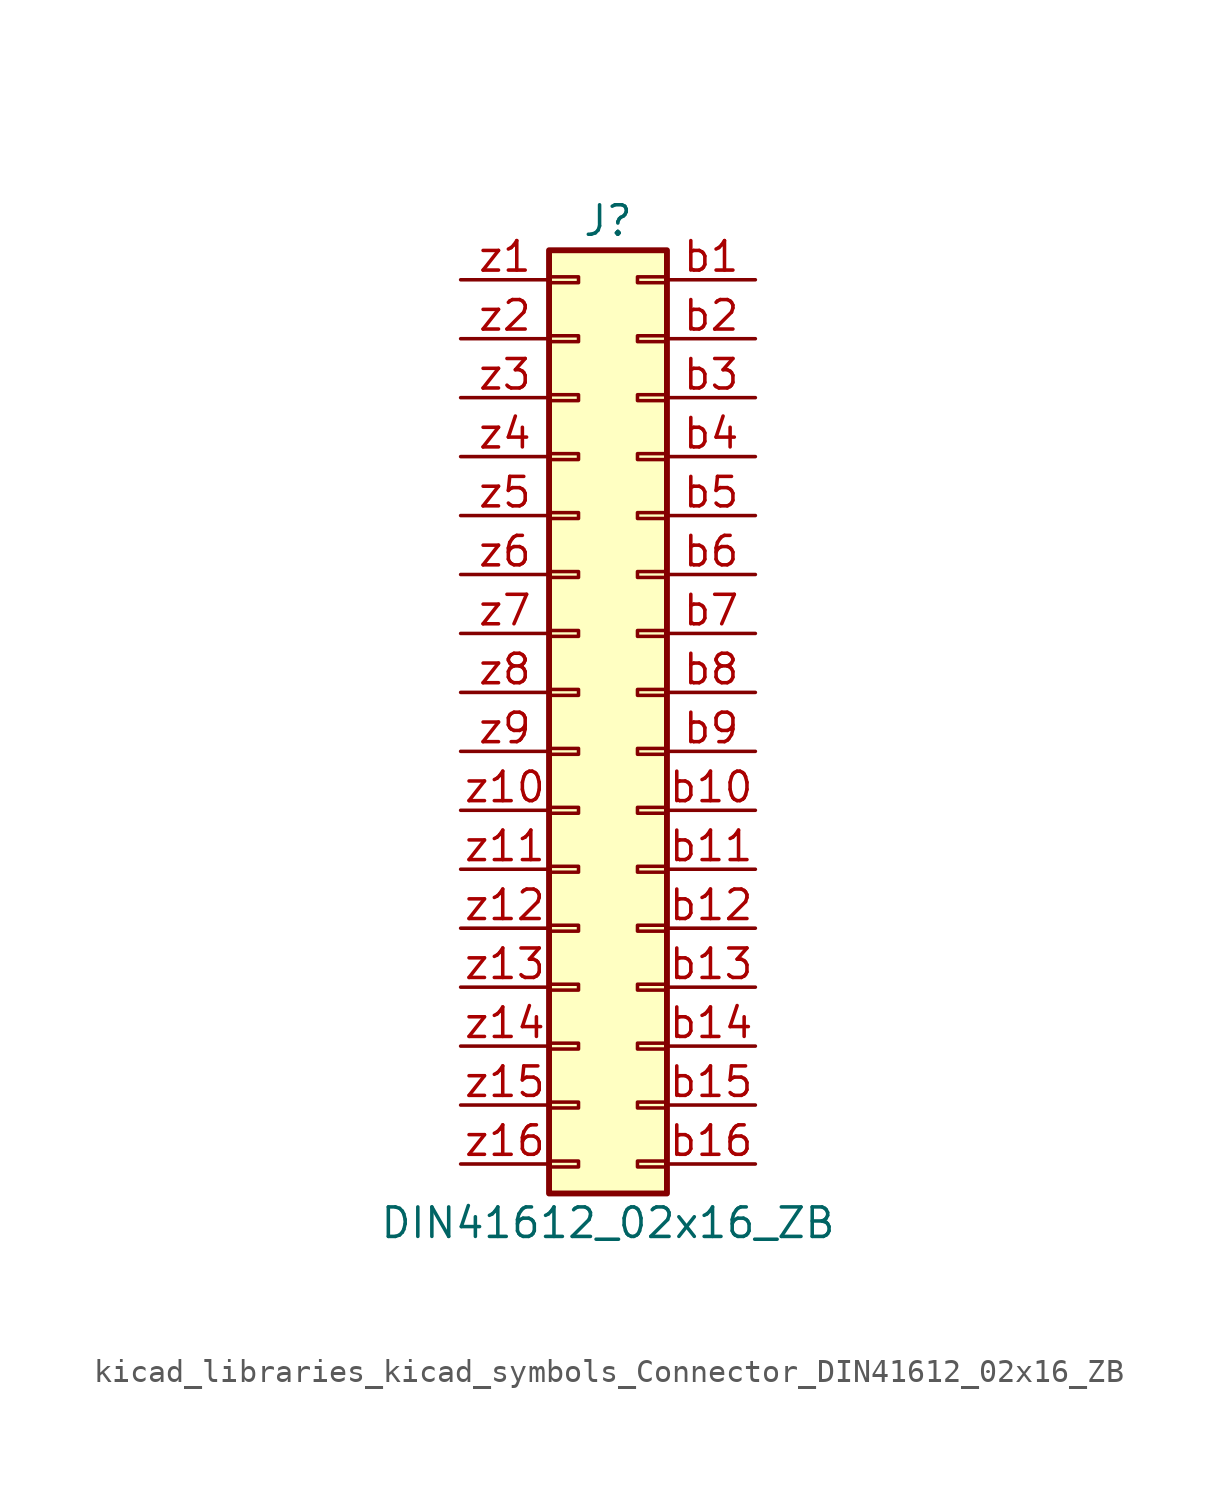
<source format=kicad_sym>
(kicad_symbol_lib
  (version 20220914)
  (generator kicad_symbol_editor)
  (symbol "kicad_libraries_kicad_symbols_Connector_DIN41612_02x16_ZB"
    (pin_names
      (offset 1.016) hide)
    (property "Reference" "J"
      (at 1.27 20.32 0)
      (effects (font (size 1.27 1.27))))
    (property "Value" "DIN41612_02x16_ZB"
      (at 1.27 -22.86 0)
      (effects (font (size 1.27 1.27))))
    (symbol "kicad_libraries_kicad_symbols_Connector_DIN41612_02x16_ZB_1_1"
      (rectangle (start -1.27 -20.193) (end 0 -20.447) (stroke (width 0.152) (type default)) (fill (type none)))
      (rectangle (start -1.27 -17.653) (end 0 -17.907) (stroke (width 0.152) (type default)) (fill (type none)))
      (rectangle (start -1.27 -15.113) (end 0 -15.367) (stroke (width 0.152) (type default)) (fill (type none)))
      (rectangle (start -1.27 -12.573) (end 0 -12.827) (stroke (width 0.152) (type default)) (fill (type none)))
      (rectangle (start -1.27 -10.033) (end 0 -10.287) (stroke (width 0.152) (type default)) (fill (type none)))
      (rectangle (start -1.27 -7.493) (end 0 -7.747) (stroke (width 0.152) (type default)) (fill (type none)))
      (rectangle (start -1.27 -4.953) (end 0 -5.207) (stroke (width 0.152) (type default)) (fill (type none)))
      (rectangle (start -1.27 -2.413) (end 0 -2.667) (stroke (width 0.152) (type default)) (fill (type none)))
      (rectangle (start -1.27 0.127) (end 0 -0.127) (stroke (width 0.152) (type default)) (fill (type none)))
      (rectangle (start -1.27 2.667) (end 0 2.413) (stroke (width 0.152) (type default)) (fill (type none)))
      (rectangle (start -1.27 5.207) (end 0 4.953) (stroke (width 0.152) (type default)) (fill (type none)))
      (rectangle (start -1.27 7.747) (end 0 7.493) (stroke (width 0.152) (type default)) (fill (type none)))
      (rectangle (start -1.27 10.287) (end 0 10.033) (stroke (width 0.152) (type default)) (fill (type none)))
      (rectangle (start -1.27 12.827) (end 0 12.573) (stroke (width 0.152) (type default)) (fill (type none)))
      (rectangle (start -1.27 15.367) (end 0 15.113) (stroke (width 0.152) (type default)) (fill (type none)))
      (rectangle (start -1.27 17.907) (end 0 17.653) (stroke (width 0.152) (type default)) (fill (type none)))
      (rectangle (start -1.27 19.05) (end 3.81 -21.59) (stroke (width 0.254) (type default)) (fill (type background)))
      (rectangle (start 3.81 -20.193) (end 2.54 -20.447) (stroke (width 0.152) (type default)) (fill (type none)))
      (rectangle (start 3.81 -17.653) (end 2.54 -17.907) (stroke (width 0.152) (type default)) (fill (type none)))
      (rectangle (start 3.81 -15.113) (end 2.54 -15.367) (stroke (width 0.152) (type default)) (fill (type none)))
      (rectangle (start 3.81 -12.573) (end 2.54 -12.827) (stroke (width 0.152) (type default)) (fill (type none)))
      (rectangle (start 3.81 -10.033) (end 2.54 -10.287) (stroke (width 0.152) (type default)) (fill (type none)))
      (rectangle (start 3.81 -7.493) (end 2.54 -7.747) (stroke (width 0.152) (type default)) (fill (type none)))
      (rectangle (start 3.81 -4.953) (end 2.54 -5.207) (stroke (width 0.152) (type default)) (fill (type none)))
      (rectangle (start 3.81 -2.413) (end 2.54 -2.667) (stroke (width 0.152) (type default)) (fill (type none)))
      (rectangle (start 3.81 0.127) (end 2.54 -0.127) (stroke (width 0.152) (type default)) (fill (type none)))
      (rectangle (start 3.81 2.667) (end 2.54 2.413) (stroke (width 0.152) (type default)) (fill (type none)))
      (rectangle (start 3.81 5.207) (end 2.54 4.953) (stroke (width 0.152) (type default)) (fill (type none)))
      (rectangle (start 3.81 7.747) (end 2.54 7.493) (stroke (width 0.152) (type default)) (fill (type none)))
      (rectangle (start 3.81 10.287) (end 2.54 10.033) (stroke (width 0.152) (type default)) (fill (type none)))
      (rectangle (start 3.81 12.827) (end 2.54 12.573) (stroke (width 0.152) (type default)) (fill (type none)))
      (rectangle (start 3.81 15.367) (end 2.54 15.113) (stroke (width 0.152) (type default)) (fill (type none)))
      (rectangle (start 3.81 17.907) (end 2.54 17.653) (stroke (width 0.152) (type default)) (fill (type none)))
      (pin passive line (at 7.62 17.78 180) (length 3.81) (name "Pin_b1" (effects (font (size 1.27 1.27)))) (number "b1" (effects (font (size 1.27 1.27)))))
      (pin passive line (at 7.62 -5.08 180) (length 3.81) (name "Pin_b10" (effects (font (size 1.27 1.27)))) (number "b10" (effects (font (size 1.27 1.27)))))
      (pin passive line (at 7.62 -7.62 180) (length 3.81) (name "Pin_b11" (effects (font (size 1.27 1.27)))) (number "b11" (effects (font (size 1.27 1.27)))))
      (pin passive line (at 7.62 -10.16 180) (length 3.81) (name "Pin_b12" (effects (font (size 1.27 1.27)))) (number "b12" (effects (font (size 1.27 1.27)))))
      (pin passive line (at 7.62 -12.7 180) (length 3.81) (name "Pin_b13" (effects (font (size 1.27 1.27)))) (number "b13" (effects (font (size 1.27 1.27)))))
      (pin passive line (at 7.62 -15.24 180) (length 3.81) (name "Pin_b14" (effects (font (size 1.27 1.27)))) (number "b14" (effects (font (size 1.27 1.27)))))
      (pin passive line (at 7.62 -17.78 180) (length 3.81) (name "Pin_b15" (effects (font (size 1.27 1.27)))) (number "b15" (effects (font (size 1.27 1.27)))))
      (pin passive line (at 7.62 -20.32 180) (length 3.81) (name "Pin_b16" (effects (font (size 1.27 1.27)))) (number "b16" (effects (font (size 1.27 1.27)))))
      (pin passive line (at 7.62 15.24 180) (length 3.81) (name "Pin_b2" (effects (font (size 1.27 1.27)))) (number "b2" (effects (font (size 1.27 1.27)))))
      (pin passive line (at 7.62 12.7 180) (length 3.81) (name "Pin_b3" (effects (font (size 1.27 1.27)))) (number "b3" (effects (font (size 1.27 1.27)))))
      (pin passive line (at 7.62 10.16 180) (length 3.81) (name "Pin_b4" (effects (font (size 1.27 1.27)))) (number "b4" (effects (font (size 1.27 1.27)))))
      (pin passive line (at 7.62 7.62 180) (length 3.81) (name "Pin_b5" (effects (font (size 1.27 1.27)))) (number "b5" (effects (font (size 1.27 1.27)))))
      (pin passive line (at 7.62 5.08 180) (length 3.81) (name "Pin_b6" (effects (font (size 1.27 1.27)))) (number "b6" (effects (font (size 1.27 1.27)))))
      (pin passive line (at 7.62 2.54 180) (length 3.81) (name "Pin_b7" (effects (font (size 1.27 1.27)))) (number "b7" (effects (font (size 1.27 1.27)))))
      (pin passive line (at 7.62 0 180) (length 3.81) (name "Pin_b8" (effects (font (size 1.27 1.27)))) (number "b8" (effects (font (size 1.27 1.27)))))
      (pin passive line (at 7.62 -2.54 180) (length 3.81) (name "Pin_b9" (effects (font (size 1.27 1.27)))) (number "b9" (effects (font (size 1.27 1.27)))))
      (pin passive line (at -5.08 17.78 0) (length 3.81) (name "Pin_z1" (effects (font (size 1.27 1.27)))) (number "z1" (effects (font (size 1.27 1.27)))))
      (pin passive line (at -5.08 -5.08 0) (length 3.81) (name "Pin_z10" (effects (font (size 1.27 1.27)))) (number "z10" (effects (font (size 1.27 1.27)))))
      (pin passive line (at -5.08 -7.62 0) (length 3.81) (name "Pin_z11" (effects (font (size 1.27 1.27)))) (number "z11" (effects (font (size 1.27 1.27)))))
      (pin passive line (at -5.08 -10.16 0) (length 3.81) (name "Pin_z12" (effects (font (size 1.27 1.27)))) (number "z12" (effects (font (size 1.27 1.27)))))
      (pin passive line (at -5.08 -12.7 0) (length 3.81) (name "Pin_z13" (effects (font (size 1.27 1.27)))) (number "z13" (effects (font (size 1.27 1.27)))))
      (pin passive line (at -5.08 -15.24 0) (length 3.81) (name "Pin_z14" (effects (font (size 1.27 1.27)))) (number "z14" (effects (font (size 1.27 1.27)))))
      (pin passive line (at -5.08 -17.78 0) (length 3.81) (name "Pin_z15" (effects (font (size 1.27 1.27)))) (number "z15" (effects (font (size 1.27 1.27)))))
      (pin passive line (at -5.08 -20.32 0) (length 3.81) (name "Pin_z16" (effects (font (size 1.27 1.27)))) (number "z16" (effects (font (size 1.27 1.27)))))
      (pin passive line (at -5.08 15.24 0) (length 3.81) (name "Pin_z2" (effects (font (size 1.27 1.27)))) (number "z2" (effects (font (size 1.27 1.27)))))
      (pin passive line (at -5.08 12.7 0) (length 3.81) (name "Pin_z3" (effects (font (size 1.27 1.27)))) (number "z3" (effects (font (size 1.27 1.27)))))
      (pin passive line (at -5.08 10.16 0) (length 3.81) (name "Pin_z4" (effects (font (size 1.27 1.27)))) (number "z4" (effects (font (size 1.27 1.27)))))
      (pin passive line (at -5.08 7.62 0) (length 3.81) (name "Pin_z5" (effects (font (size 1.27 1.27)))) (number "z5" (effects (font (size 1.27 1.27)))))
      (pin passive line (at -5.08 5.08 0) (length 3.81) (name "Pin_z6" (effects (font (size 1.27 1.27)))) (number "z6" (effects (font (size 1.27 1.27)))))
      (pin passive line (at -5.08 2.54 0) (length 3.81) (name "Pin_z7" (effects (font (size 1.27 1.27)))) (number "z7" (effects (font (size 1.27 1.27)))))
      (pin passive line (at -5.08 0 0) (length 3.81) (name "Pin_z8" (effects (font (size 1.27 1.27)))) (number "z8" (effects (font (size 1.27 1.27)))))
      (pin passive line (at -5.08 -2.54 0) (length 3.81) (name "Pin_z9" (effects (font (size 1.27 1.27)))) (number "z9" (effects (font (size 1.27 1.27))))))))
</source>
